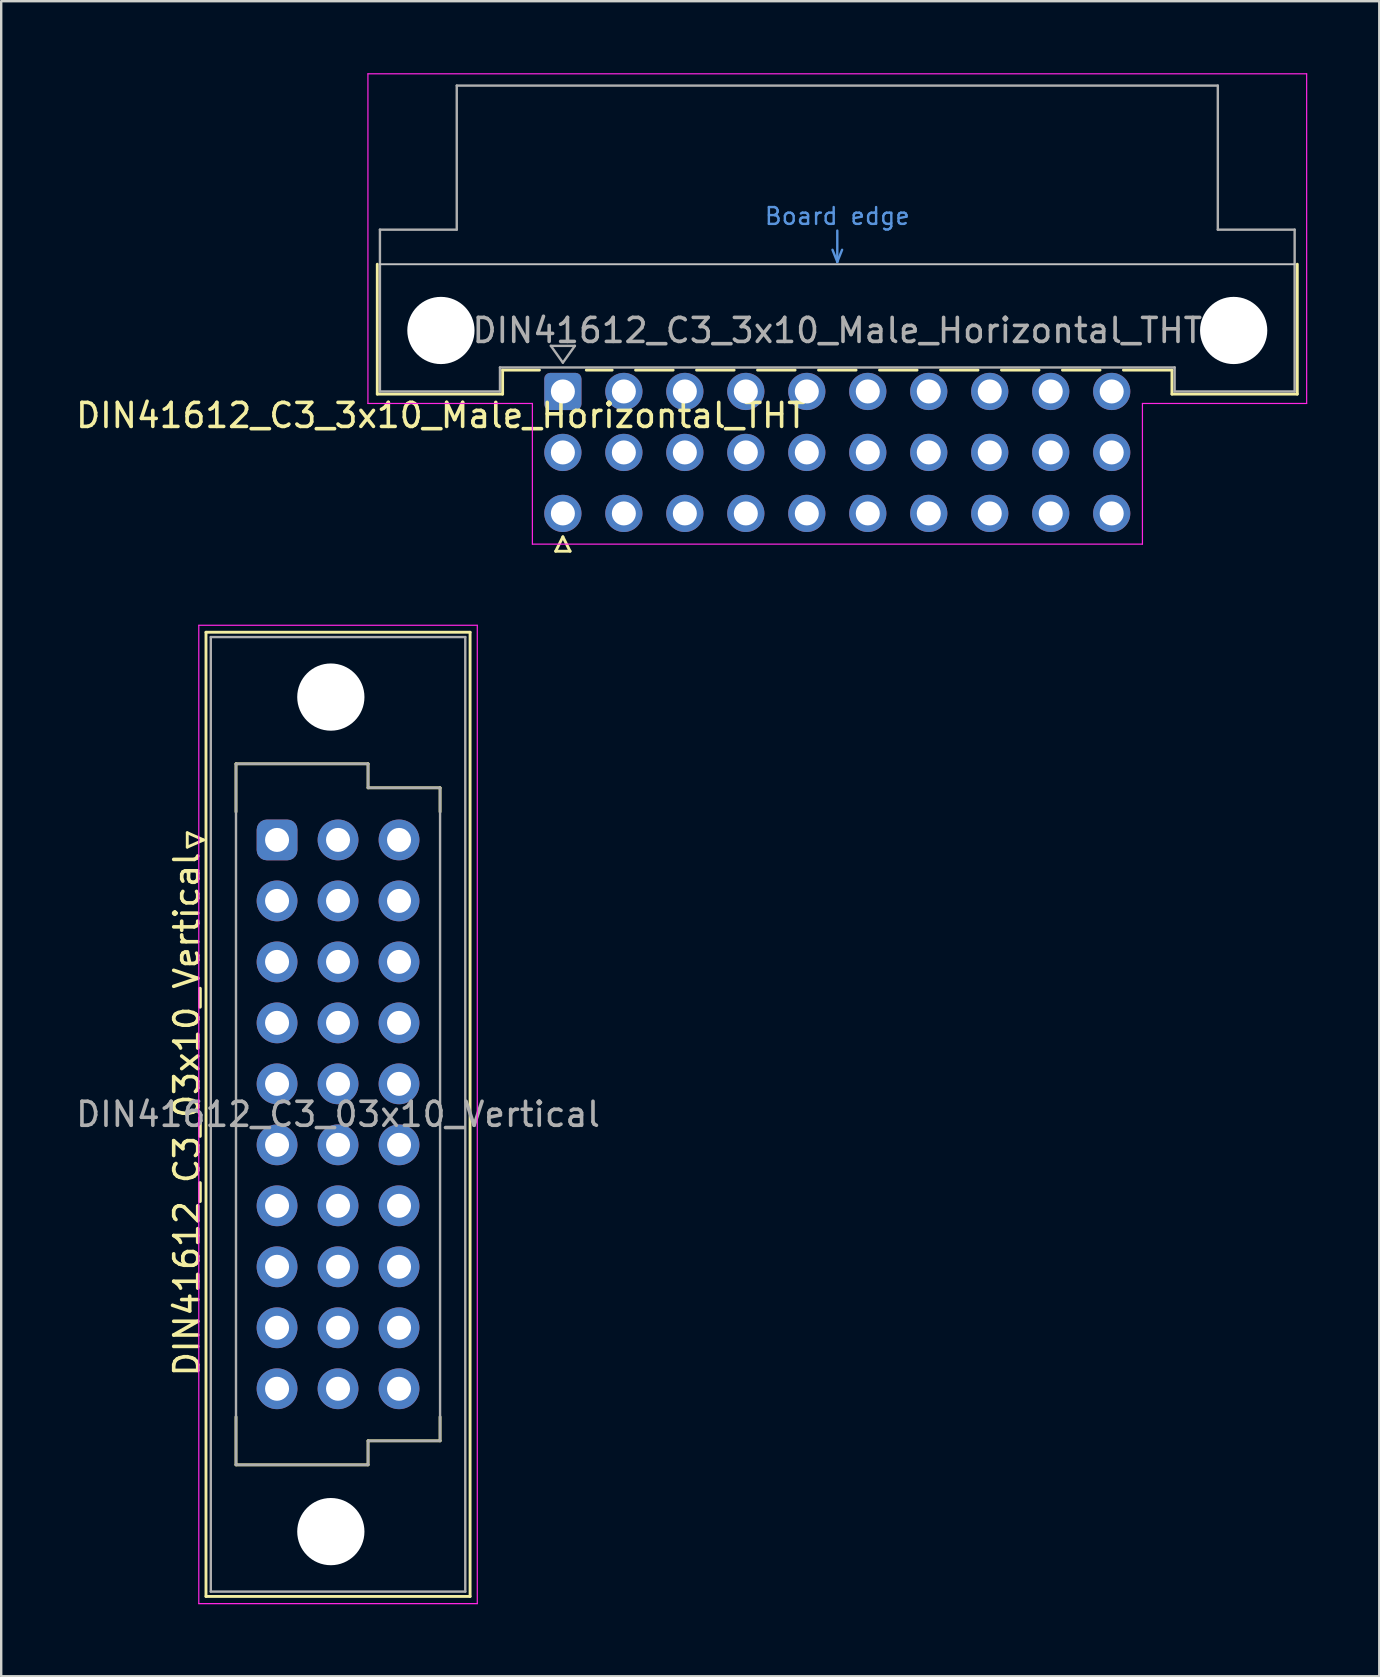
<source format=kicad_pcb>
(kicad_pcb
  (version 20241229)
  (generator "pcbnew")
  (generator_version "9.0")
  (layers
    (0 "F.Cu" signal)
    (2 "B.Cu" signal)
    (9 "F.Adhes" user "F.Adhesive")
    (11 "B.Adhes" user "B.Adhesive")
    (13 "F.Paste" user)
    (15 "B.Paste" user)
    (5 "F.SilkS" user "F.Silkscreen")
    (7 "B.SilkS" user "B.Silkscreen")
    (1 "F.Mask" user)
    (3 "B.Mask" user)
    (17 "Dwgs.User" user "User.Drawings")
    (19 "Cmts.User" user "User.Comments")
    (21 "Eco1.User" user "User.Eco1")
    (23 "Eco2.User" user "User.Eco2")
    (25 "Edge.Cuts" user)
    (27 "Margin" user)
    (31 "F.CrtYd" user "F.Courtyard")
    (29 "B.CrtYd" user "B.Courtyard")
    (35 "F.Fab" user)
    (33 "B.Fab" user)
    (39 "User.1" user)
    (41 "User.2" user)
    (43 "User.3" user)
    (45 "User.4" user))
  (footprint "DIN41612_C3_3x10_Male_Horizontal_THT"
    (layer "F.Cu")
    (at 20.395 13.255)
    (property "Reference" "DIN41612_C3_3x10_Male_Horizontal_THT" (at -5.08 1 0) (layer "F.SilkS") (effects (font (size 1 1) (thickness 0.15))))
    (attr through_hole)
    (fp_line (start -7.73 -5.3) (end -7.73 0.11) (stroke (width 0.12) (type solid)) (layer "F.SilkS"))
    (fp_line (start -7.73 0.11) (end -2.51 0.11) (stroke (width 0.12) (type solid)) (layer "F.SilkS"))
    (fp_line (start -2.511 -0.89) (end -0.976 -0.89) (stroke (width 0.12) (type solid)) (layer "F.SilkS"))
    (fp_line (start -2.51 0.11) (end -2.51 -0.89) (stroke (width 0.12) (type solid)) (layer "F.SilkS"))
    (fp_line (start -0.3 6.655) (end 0.3 6.655) (stroke (width 0.12) (type solid)) (layer "F.SilkS"))
    (fp_line (start 0 6.055) (end -0.3 6.655) (stroke (width 0.12) (type solid)) (layer "F.SilkS"))
    (fp_line (start 0.3 6.655) (end 0 6.055) (stroke (width 0.12) (type solid)) (layer "F.SilkS"))
    (fp_line (start 0.976 -0.89) (end 2.053 -0.89) (stroke (width 0.12) (type solid)) (layer "F.SilkS"))
    (fp_line (start 3.028 -0.89) (end 4.593 -0.89) (stroke (width 0.12) (type solid)) (layer "F.SilkS"))
    (fp_line (start 5.568 -0.89) (end 7.133 -0.89) (stroke (width 0.12) (type solid)) (layer "F.SilkS"))
    (fp_line (start 8.108 -0.89) (end 9.673 -0.89) (stroke (width 0.12) (type solid)) (layer "F.SilkS"))
    (fp_line (start 10.648 -0.89) (end 12.213 -0.89) (stroke (width 0.12) (type solid)) (layer "F.SilkS"))
    (fp_line (start 13.188 -0.89) (end 14.753 -0.89) (stroke (width 0.12) (type solid)) (layer "F.SilkS"))
    (fp_line (start 15.728 -0.89) (end 17.293 -0.89) (stroke (width 0.12) (type solid)) (layer "F.SilkS"))
    (fp_line (start 18.268 -0.89) (end 19.833 -0.89) (stroke (width 0.12) (type solid)) (layer "F.SilkS"))
    (fp_line (start 20.808 -0.89) (end 22.373 -0.89) (stroke (width 0.12) (type solid)) (layer "F.SilkS"))
    (fp_line (start 23.348 -0.89) (end 25.37 -0.89) (stroke (width 0.12) (type solid)) (layer "F.SilkS"))
    (fp_line (start 25.37 0.11) (end 25.37 -0.89) (stroke (width 0.12) (type solid)) (layer "F.SilkS"))
    (fp_line (start 30.59 -5.3) (end 30.59 0.11) (stroke (width 0.12) (type solid)) (layer "F.SilkS"))
    (fp_line (start 30.59 0.11) (end 25.37 0.11) (stroke (width 0.12) (type solid)) (layer "F.SilkS"))
    (fp_line (start -7.62 -5.3) (end 30.48 -5.3) (stroke (width 0.08) (type solid)) (layer "Dwgs.User"))
    (fp_line (start 11.23 -5.9) (end 11.43 -5.4) (stroke (width 0.1) (type solid)) (layer "Cmts.User"))
    (fp_line (start 11.43 -5.4) (end 11.43 -6.7) (stroke (width 0.1) (type solid)) (layer "Cmts.User"))
    (fp_line (start 11.43 -5.4) (end 11.63 -5.9) (stroke (width 0.1) (type solid)) (layer "Cmts.User"))
    (fp_line (start -8.12 -13.23) (end -8.12 0.5) (stroke (width 0.05) (type solid)) (layer "F.CrtYd"))
    (fp_line (start -8.12 0.5) (end -1.27 0.5) (stroke (width 0.05) (type solid)) (layer "F.CrtYd"))
    (fp_line (start -1.27 0.5) (end -1.27 6.36) (stroke (width 0.05) (type solid)) (layer "F.CrtYd"))
    (fp_line (start -1.27 6.36) (end 24.14 6.36) (stroke (width 0.05) (type solid)) (layer "F.CrtYd"))
    (fp_line (start 24.14 0.5) (end 30.98 0.5) (stroke (width 0.05) (type solid)) (layer "F.CrtYd"))
    (fp_line (start 24.14 6.36) (end 24.14 0.5) (stroke (width 0.05) (type solid)) (layer "F.CrtYd"))
    (fp_line (start 30.98 -13.23) (end -8.12 -13.23) (stroke (width 0.05) (type solid)) (layer "F.CrtYd"))
    (fp_line (start 30.98 0.5) (end 30.98 -13.23) (stroke (width 0.05) (type solid)) (layer "F.CrtYd"))
    (fp_line (start -7.62 -6.74) (end -7.62 0) (stroke (width 0.1) (type solid)) (layer "F.Fab"))
    (fp_line (start -7.62 0) (end -2.62 0) (stroke (width 0.1) (type solid)) (layer "F.Fab"))
    (fp_line (start -4.42 -12.74) (end -4.42 -6.74) (stroke (width 0.1) (type solid)) (layer "F.Fab"))
    (fp_line (start -4.42 -6.74) (end -7.62 -6.74) (stroke (width 0.1) (type solid)) (layer "F.Fab"))
    (fp_line (start -2.62 -1) (end 25.48 -1) (stroke (width 0.1) (type solid)) (layer "F.Fab"))
    (fp_line (start -2.62 0) (end -2.62 -1) (stroke (width 0.1) (type solid)) (layer "F.Fab"))
    (fp_line (start -0.5 -1.9) (end 0.5 -1.9) (stroke (width 0.1) (type solid)) (layer "F.Fab"))
    (fp_line (start 0 -1.2) (end -0.5 -1.9) (stroke (width 0.1) (type solid)) (layer "F.Fab"))
    (fp_line (start 0.5 -1.9) (end 0 -1.2) (stroke (width 0.1) (type solid)) (layer "F.Fab"))
    (fp_line (start 25.48 -1) (end 25.48 0) (stroke (width 0.1) (type solid)) (layer "F.Fab"))
    (fp_line (start 25.48 0) (end 30.48 0) (stroke (width 0.1) (type solid)) (layer "F.Fab"))
    (fp_line (start 27.28 -12.74) (end -4.42 -12.74) (stroke (width 0.1) (type solid)) (layer "F.Fab"))
    (fp_line (start 27.28 -6.74) (end 27.28 -12.74) (stroke (width 0.1) (type solid)) (layer "F.Fab"))
    (fp_line (start 30.48 -6.74) (end 27.28 -6.74) (stroke (width 0.1) (type solid)) (layer "F.Fab"))
    (fp_line (start 30.48 0) (end 30.48 -6.74) (stroke (width 0.1) (type solid)) (layer "F.Fab"))
    (fp_text user "Board edge" (at 11.43 -7.3 0) (layer "Cmts.User") (effects (font (size 0.7 0.7) (thickness 0.1))))
    (fp_text user "${REFERENCE}" (at 11.43 -2.54 0) (layer "F.Fab") (effects (font (size 1 1) (thickness 0.15))))
    (pad "" np_thru_hole circle (at -5.08 -2.54) (size 2.8 2.8) (drill 2.8) (layers "*.Cu" "*.Mask"))
    (pad "" np_thru_hole circle (at 27.94 -2.54) (size 2.8 2.8) (drill 2.8) (layers "*.Cu" "*.Mask"))
    (pad "a0" thru_hole roundrect (at 0 0) (size 1.55 1.55) (drill 1) (layers "*.Cu" "*.Mask") (roundrect_rratio 0.161))
    (pad "a1" thru_hole circle (at 2.54 0) (size 1.55 1.55) (drill 1) (layers "*.Cu" "*.Mask"))
    (pad "a2" thru_hole circle (at 5.08 0) (size 1.55 1.55) (drill 1) (layers "*.Cu" "*.Mask"))
    (pad "a3" thru_hole circle (at 7.62 0) (size 1.55 1.55) (drill 1) (layers "*.Cu" "*.Mask"))
    (pad "a4" thru_hole circle (at 10.16 0) (size 1.55 1.55) (drill 1) (layers "*.Cu" "*.Mask"))
    (pad "a5" thru_hole circle (at 12.7 0) (size 1.55 1.55) (drill 1) (layers "*.Cu" "*.Mask"))
    (pad "a6" thru_hole circle (at 15.24 0) (size 1.55 1.55) (drill 1) (layers "*.Cu" "*.Mask"))
    (pad "a7" thru_hole circle (at 17.78 0) (size 1.55 1.55) (drill 1) (layers "*.Cu" "*.Mask"))
    (pad "a8" thru_hole circle (at 20.32 0) (size 1.55 1.55) (drill 1) (layers "*.Cu" "*.Mask"))
    (pad "a9" thru_hole circle (at 22.86 0) (size 1.55 1.55) (drill 1) (layers "*.Cu" "*.Mask"))
    (pad "b0" thru_hole circle (at 0 2.54) (size 1.55 1.55) (drill 1) (layers "*.Cu" "*.Mask"))
    (pad "b1" thru_hole circle (at 2.54 2.54) (size 1.55 1.55) (drill 1) (layers "*.Cu" "*.Mask"))
    (pad "b2" thru_hole circle (at 5.08 2.54) (size 1.55 1.55) (drill 1) (layers "*.Cu" "*.Mask"))
    (pad "b3" thru_hole circle (at 7.62 2.54) (size 1.55 1.55) (drill 1) (layers "*.Cu" "*.Mask"))
    (pad "b4" thru_hole circle (at 10.16 2.54) (size 1.55 1.55) (drill 1) (layers "*.Cu" "*.Mask"))
    (pad "b5" thru_hole circle (at 12.7 2.54) (size 1.55 1.55) (drill 1) (layers "*.Cu" "*.Mask"))
    (pad "b6" thru_hole circle (at 15.24 2.54) (size 1.55 1.55) (drill 1) (layers "*.Cu" "*.Mask"))
    (pad "b7" thru_hole circle (at 17.78 2.54) (size 1.55 1.55) (drill 1) (layers "*.Cu" "*.Mask"))
    (pad "b8" thru_hole circle (at 20.32 2.54) (size 1.55 1.55) (drill 1) (layers "*.Cu" "*.Mask"))
    (pad "b9" thru_hole circle (at 22.86 2.54) (size 1.55 1.55) (drill 1) (layers "*.Cu" "*.Mask"))
    (pad "c0" thru_hole circle (at 0 5.08) (size 1.55 1.55) (drill 1) (layers "*.Cu" "*.Mask"))
    (pad "c1" thru_hole circle (at 2.54 5.08) (size 1.55 1.55) (drill 1) (layers "*.Cu" "*.Mask"))
    (pad "c2" thru_hole circle (at 5.08 5.08) (size 1.55 1.55) (drill 1) (layers "*.Cu" "*.Mask"))
    (pad "c3" thru_hole circle (at 7.62 5.08) (size 1.55 1.55) (drill 1) (layers "*.Cu" "*.Mask"))
    (pad "c4" thru_hole circle (at 10.16 5.08) (size 1.55 1.55) (drill 1) (layers "*.Cu" "*.Mask"))
    (pad "c5" thru_hole circle (at 12.7 5.08) (size 1.55 1.55) (drill 1) (layers "*.Cu" "*.Mask"))
    (pad "c6" thru_hole circle (at 15.24 5.08) (size 1.55 1.55) (drill 1) (layers "*.Cu" "*.Mask"))
    (pad "c7" thru_hole circle (at 17.78 5.08) (size 1.55 1.55) (drill 1) (layers "*.Cu" "*.Mask"))
    (pad "c8" thru_hole circle (at 20.32 5.08) (size 1.55 1.55) (drill 1) (layers "*.Cu" "*.Mask"))
    (pad "c9" thru_hole circle (at 22.86 5.08) (size 1.55 1.55) (drill 1) (layers "*.Cu" "*.Mask")))
  (footprint "DIN41612_C3_03x10_Vertical"
    (layer "F.Cu")
    (at 8.49 31.935)
    (property "Reference" "DIN41612_C3_03x10_Vertical" (at -3.76 11.43 90) (layer "F.SilkS") (effects (font (size 1 1) (thickness 0.15))))
    (attr through_hole)
    (fp_line (start -3.74 -0.3) (end -3.74 0.3) (stroke (width 0.12) (type solid)) (layer "F.SilkS"))
    (fp_line (start -3.74 0.3) (end -3.06 0) (stroke (width 0.12) (type solid)) (layer "F.SilkS"))
    (fp_line (start -3.06 0) (end -3.74 -0.3) (stroke (width 0.12) (type solid)) (layer "F.SilkS"))
    (fp_line (start -2.96 -8.65) (end 8.04 -8.65) (stroke (width 0.12) (type solid)) (layer "F.SilkS"))
    (fp_line (start -2.96 31.51) (end -2.96 -8.65) (stroke (width 0.12) (type solid)) (layer "F.SilkS"))
    (fp_line (start -1.71 -3.17) (end 3.79 -3.17) (stroke (width 0.12) (type solid)) (layer "F.SilkS"))
    (fp_line (start -1.71 -1.17) (end -1.71 -3.17) (stroke (width 0.12) (type solid)) (layer "F.SilkS"))
    (fp_line (start -1.71 24.03) (end -1.71 26.03) (stroke (width 0.12) (type solid)) (layer "F.SilkS"))
    (fp_line (start -1.71 26.03) (end 3.79 26.03) (stroke (width 0.12) (type solid)) (layer "F.SilkS"))
    (fp_line (start 3.79 -3.17) (end 3.79 -2.17) (stroke (width 0.12) (type solid)) (layer "F.SilkS"))
    (fp_line (start 3.79 -2.17) (end 6.79 -2.17) (stroke (width 0.12) (type solid)) (layer "F.SilkS"))
    (fp_line (start 3.79 25.03) (end 6.79 25.03) (stroke (width 0.12) (type solid)) (layer "F.SilkS"))
    (fp_line (start 3.79 26.03) (end 3.79 25.03) (stroke (width 0.12) (type solid)) (layer "F.SilkS"))
    (fp_line (start 6.79 -2.17) (end 6.79 -1.17) (stroke (width 0.12) (type solid)) (layer "F.SilkS"))
    (fp_line (start 6.79 25.03) (end 6.79 24.03) (stroke (width 0.12) (type solid)) (layer "F.SilkS"))
    (fp_line (start 8.04 -8.65) (end 8.04 31.51) (stroke (width 0.12) (type solid)) (layer "F.SilkS"))
    (fp_line (start 8.04 31.51) (end -2.96 31.51) (stroke (width 0.12) (type solid)) (layer "F.SilkS"))
    (fp_line (start -3.26 -8.94) (end 8.34 -8.94) (stroke (width 0.05) (type solid)) (layer "F.CrtYd"))
    (fp_line (start -3.26 31.81) (end -3.26 -8.94) (stroke (width 0.05) (type solid)) (layer "F.CrtYd"))
    (fp_line (start 8.34 -8.94) (end 8.34 31.81) (stroke (width 0.05) (type solid)) (layer "F.CrtYd"))
    (fp_line (start 8.34 31.81) (end -3.26 31.81) (stroke (width 0.05) (type solid)) (layer "F.CrtYd"))
    (fp_line (start -2.76 -8.45) (end 7.84 -8.45) (stroke (width 0.1) (type solid)) (layer "F.Fab"))
    (fp_line (start -2.76 31.31) (end -2.76 -8.45) (stroke (width 0.1) (type solid)) (layer "F.Fab"))
    (fp_line (start -1.71 -3.17) (end 3.79 -3.17) (stroke (width 0.1) (type solid)) (layer "F.Fab"))
    (fp_line (start -1.71 26.03) (end -1.71 -3.17) (stroke (width 0.1) (type solid)) (layer "F.Fab"))
    (fp_line (start 3.79 -3.17) (end 3.79 -2.17) (stroke (width 0.1) (type solid)) (layer "F.Fab"))
    (fp_line (start 3.79 -2.17) (end 6.79 -2.17) (stroke (width 0.1) (type solid)) (layer "F.Fab"))
    (fp_line (start 3.79 25.03) (end 3.79 26.03) (stroke (width 0.1) (type solid)) (layer "F.Fab"))
    (fp_line (start 3.79 26.03) (end -1.71 26.03) (stroke (width 0.1) (type solid)) (layer "F.Fab"))
    (fp_line (start 6.79 -2.17) (end 6.79 25.03) (stroke (width 0.1) (type solid)) (layer "F.Fab"))
    (fp_line (start 6.79 25.03) (end 3.79 25.03) (stroke (width 0.1) (type solid)) (layer "F.Fab"))
    (fp_line (start 7.84 -8.45) (end 7.84 31.31) (stroke (width 0.1) (type solid)) (layer "F.Fab"))
    (fp_line (start 7.84 31.31) (end -2.76 31.31) (stroke (width 0.1) (type solid)) (layer "F.Fab"))
    (fp_text user "${REFERENCE}" (at 2.54 11.43 0) (layer "F.Fab") (effects (font (size 1 1) (thickness 0.15))))
    (pad "" np_thru_hole circle (at 2.24 -5.95) (size 2.8 2.8) (drill 2.8) (layers "*.Cu" "*.Mask"))
    (pad "" np_thru_hole circle (at 2.24 28.81) (size 2.8 2.8) (drill 2.8) (layers "*.Cu" "*.Mask"))
    (pad "a1" thru_hole roundrect (at 0 0) (size 1.7 1.7) (drill 1) (layers "*.Cu" "*.Mask") (roundrect_rratio 0.25))
    (pad "a2" thru_hole circle (at 0 2.54) (size 1.7 1.7) (drill 1) (layers "*.Cu" "*.Mask"))
    (pad "a3" thru_hole circle (at 0 5.08) (size 1.7 1.7) (drill 1) (layers "*.Cu" "*.Mask"))
    (pad "a4" thru_hole circle (at 0 7.62) (size 1.7 1.7) (drill 1) (layers "*.Cu" "*.Mask"))
    (pad "a5" thru_hole circle (at 0 10.16) (size 1.7 1.7) (drill 1) (layers "*.Cu" "*.Mask"))
    (pad "a6" thru_hole circle (at 0 12.7) (size 1.7 1.7) (drill 1) (layers "*.Cu" "*.Mask"))
    (pad "a7" thru_hole circle (at 0 15.24) (size 1.7 1.7) (drill 1) (layers "*.Cu" "*.Mask"))
    (pad "a8" thru_hole circle (at 0 17.78) (size 1.7 1.7) (drill 1) (layers "*.Cu" "*.Mask"))
    (pad "a9" thru_hole circle (at 0 20.32) (size 1.7 1.7) (drill 1) (layers "*.Cu" "*.Mask"))
    (pad "a10" thru_hole circle (at 0 22.86) (size 1.7 1.7) (drill 1) (layers "*.Cu" "*.Mask"))
    (pad "b1" thru_hole circle (at 2.54 0) (size 1.7 1.7) (drill 1) (layers "*.Cu" "*.Mask"))
    (pad "b2" thru_hole circle (at 2.54 2.54) (size 1.7 1.7) (drill 1) (layers "*.Cu" "*.Mask"))
    (pad "b3" thru_hole circle (at 2.54 5.08) (size 1.7 1.7) (drill 1) (layers "*.Cu" "*.Mask"))
    (pad "b4" thru_hole circle (at 2.54 7.62) (size 1.7 1.7) (drill 1) (layers "*.Cu" "*.Mask"))
    (pad "b5" thru_hole circle (at 2.54 10.16) (size 1.7 1.7) (drill 1) (layers "*.Cu" "*.Mask"))
    (pad "b6" thru_hole circle (at 2.54 12.7) (size 1.7 1.7) (drill 1) (layers "*.Cu" "*.Mask"))
    (pad "b7" thru_hole circle (at 2.54 15.24) (size 1.7 1.7) (drill 1) (layers "*.Cu" "*.Mask"))
    (pad "b8" thru_hole circle (at 2.54 17.78) (size 1.7 1.7) (drill 1) (layers "*.Cu" "*.Mask"))
    (pad "b9" thru_hole circle (at 2.54 20.32) (size 1.7 1.7) (drill 1) (layers "*.Cu" "*.Mask"))
    (pad "b10" thru_hole circle (at 2.54 22.86) (size 1.7 1.7) (drill 1) (layers "*.Cu" "*.Mask"))
    (pad "c1" thru_hole circle (at 5.08 0) (size 1.7 1.7) (drill 1) (layers "*.Cu" "*.Mask"))
    (pad "c2" thru_hole circle (at 5.08 2.54) (size 1.7 1.7) (drill 1) (layers "*.Cu" "*.Mask"))
    (pad "c3" thru_hole circle (at 5.08 5.08) (size 1.7 1.7) (drill 1) (layers "*.Cu" "*.Mask"))
    (pad "c4" thru_hole circle (at 5.08 7.62) (size 1.7 1.7) (drill 1) (layers "*.Cu" "*.Mask"))
    (pad "c5" thru_hole circle (at 5.08 10.16) (size 1.7 1.7) (drill 1) (layers "*.Cu" "*.Mask"))
    (pad "c6" thru_hole circle (at 5.08 12.7) (size 1.7 1.7) (drill 1) (layers "*.Cu" "*.Mask"))
    (pad "c7" thru_hole circle (at 5.08 15.24) (size 1.7 1.7) (drill 1) (layers "*.Cu" "*.Mask"))
    (pad "c8" thru_hole circle (at 5.08 17.78) (size 1.7 1.7) (drill 1) (layers "*.Cu" "*.Mask"))
    (pad "c9" thru_hole circle (at 5.08 20.32) (size 1.7 1.7) (drill 1) (layers "*.Cu" "*.Mask"))
    (pad "c10" thru_hole circle (at 5.08 22.86) (size 1.7 1.7) (drill 1) (layers "*.Cu" "*.Mask")))
  (gr_rect
    (start -3 -3)
    (end 54.4 66.77)
    (stroke (width 0.1) (type default))
    (fill no)
    (layer "Edge.Cuts")))
</source>
